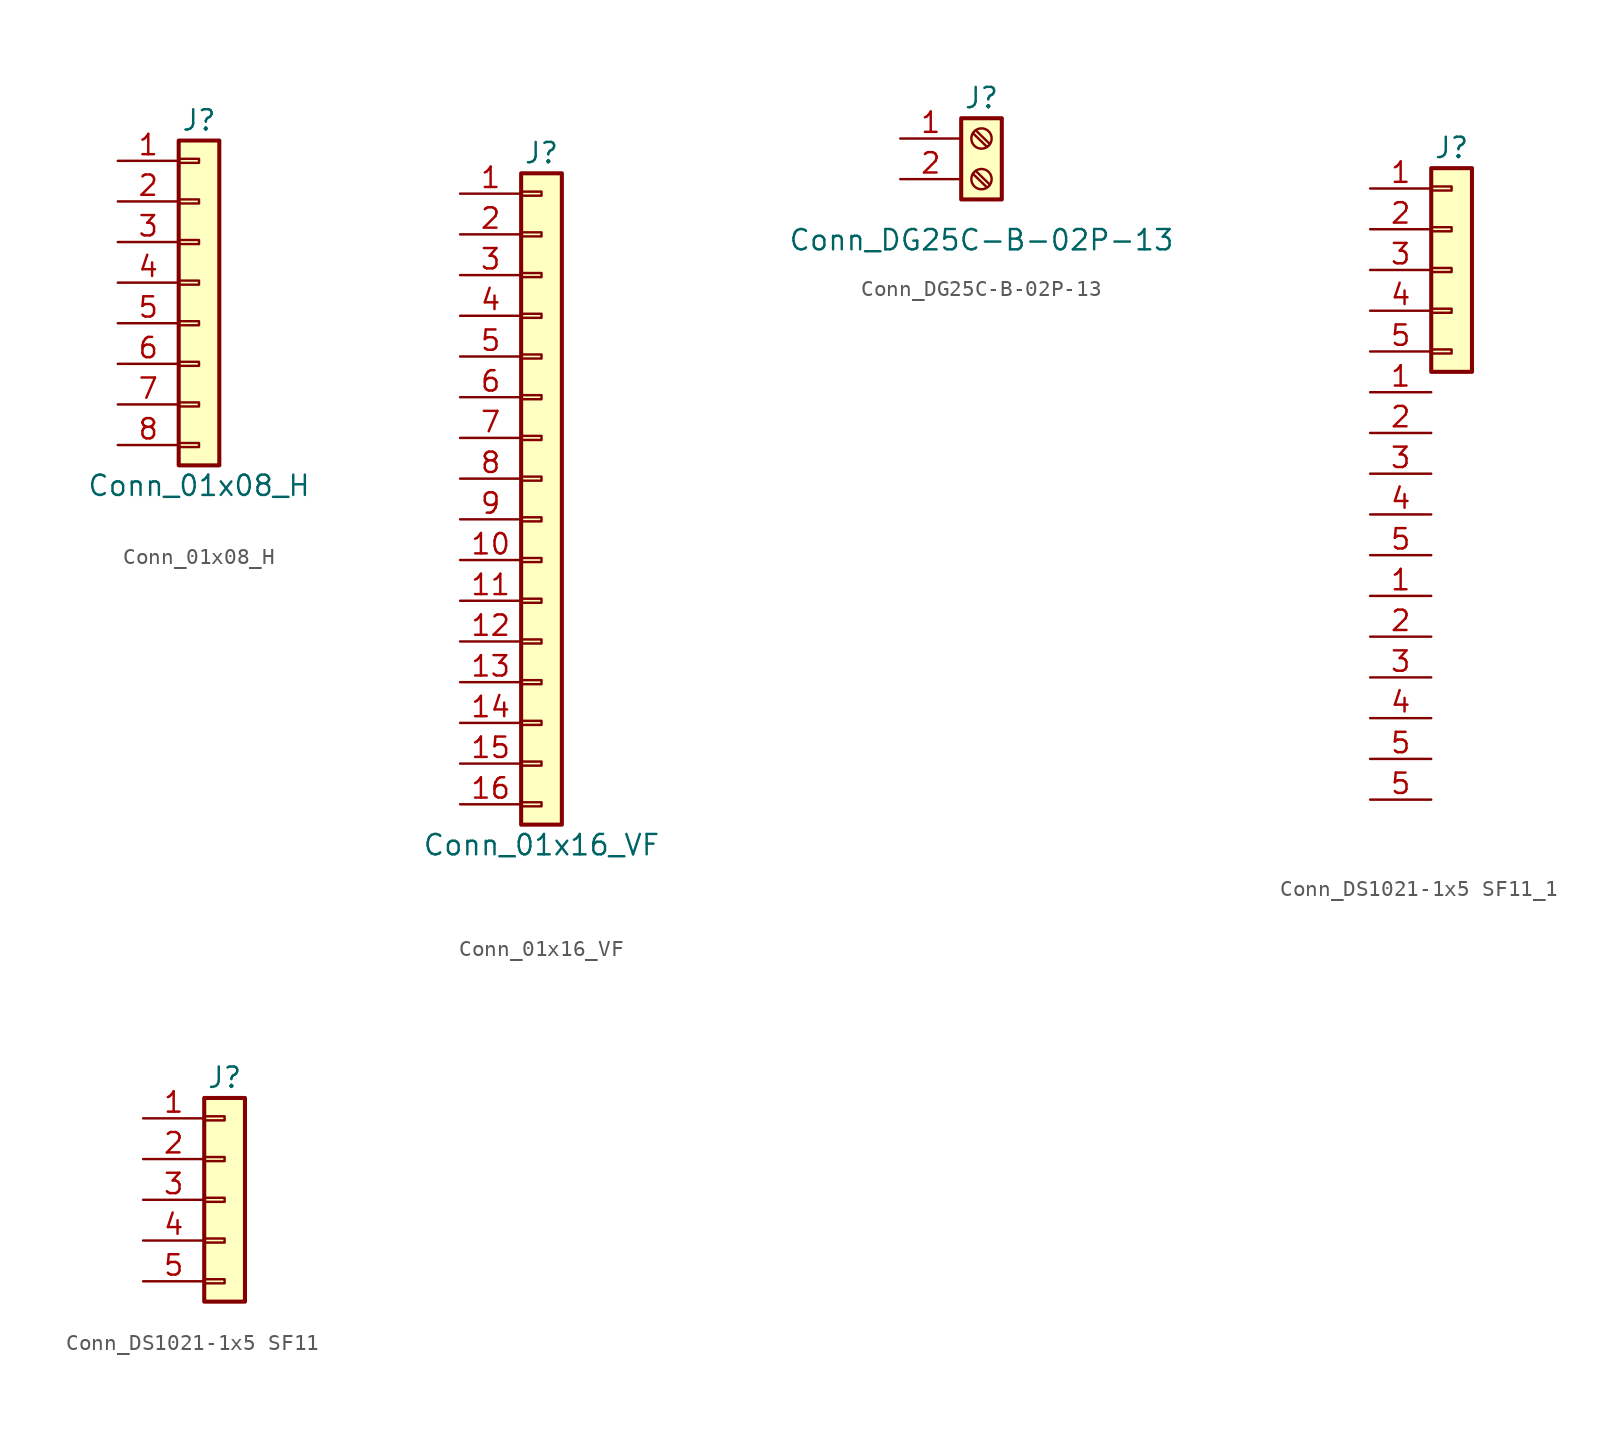
<source format=kicad_sym>
(kicad_symbol_lib
  (version 20211014)
  (generator kicad_symbol_editor)
  (symbol "Conn_01x08_H"
    (pin_names
      (offset 1.016) hide)
    (property "Reference" "J"
      (at 0 10.16 0)
      (effects (font (size 1.27 1.27))))
    (property "Value" "Conn_01x08_H"
      (at 0 -12.7 0)
      (effects (font (size 1.27 1.27))))
    (symbol "Conn_01x08_H_1_1"
      (rectangle (start -1.27 -10.033) (end 0 -10.287) (stroke (width 0.152) (type default) (color 0 0 0 0)) (fill (type none)))
      (rectangle (start -1.27 -7.493) (end 0 -7.747) (stroke (width 0.152) (type default) (color 0 0 0 0)) (fill (type none)))
      (rectangle (start -1.27 -4.953) (end 0 -5.207) (stroke (width 0.152) (type default) (color 0 0 0 0)) (fill (type none)))
      (rectangle (start -1.27 -2.413) (end 0 -2.667) (stroke (width 0.152) (type default) (color 0 0 0 0)) (fill (type none)))
      (rectangle (start -1.27 0.127) (end 0 -0.127) (stroke (width 0.152) (type default) (color 0 0 0 0)) (fill (type none)))
      (rectangle (start -1.27 2.667) (end 0 2.413) (stroke (width 0.152) (type default) (color 0 0 0 0)) (fill (type none)))
      (rectangle (start -1.27 5.207) (end 0 4.953) (stroke (width 0.152) (type default) (color 0 0 0 0)) (fill (type none)))
      (rectangle (start -1.27 7.747) (end 0 7.493) (stroke (width 0.152) (type default) (color 0 0 0 0)) (fill (type none)))
      (rectangle (start -1.27 8.89) (end 1.27 -11.43) (stroke (width 0.254) (type default) (color 0 0 0 0)) (fill (type background)))
      (pin passive line (at -5.08 7.62 0) (length 3.81) (name "Pin_1" (effects (font (size 1.27 1.27)))) (number "1" (effects (font (size 1.27 1.27)))))
      (pin passive line (at -5.08 5.08 0) (length 3.81) (name "Pin_2" (effects (font (size 1.27 1.27)))) (number "2" (effects (font (size 1.27 1.27)))))
      (pin passive line (at -5.08 2.54 0) (length 3.81) (name "Pin_3" (effects (font (size 1.27 1.27)))) (number "3" (effects (font (size 1.27 1.27)))))
      (pin passive line (at -5.08 0 0) (length 3.81) (name "Pin_4" (effects (font (size 1.27 1.27)))) (number "4" (effects (font (size 1.27 1.27)))))
      (pin passive line (at -5.08 -2.54 0) (length 3.81) (name "Pin_5" (effects (font (size 1.27 1.27)))) (number "5" (effects (font (size 1.27 1.27)))))
      (pin passive line (at -5.08 -5.08 0) (length 3.81) (name "Pin_6" (effects (font (size 1.27 1.27)))) (number "6" (effects (font (size 1.27 1.27)))))
      (pin passive line (at -5.08 -7.62 0) (length 3.81) (name "Pin_7" (effects (font (size 1.27 1.27)))) (number "7" (effects (font (size 1.27 1.27)))))
      (pin passive line (at -5.08 -10.16 0) (length 3.81) (name "Pin_8" (effects (font (size 1.27 1.27)))) (number "8" (effects (font (size 1.27 1.27)))))))
  (symbol "Conn_01x16_VF"
    (pin_names
      (offset 1.016) hide)
    (property "Reference" "J"
      (at 0 20.32 0)
      (effects (font (size 1.27 1.27))))
    (property "Value" "Conn_01x16_VF"
      (at 0 -22.86 0)
      (effects (font (size 1.27 1.27))))
    (symbol "Conn_01x16_VF_1_1"
      (rectangle (start -1.27 -20.193) (end 0 -20.447) (stroke (width 0.152) (type default) (color 0 0 0 0)) (fill (type none)))
      (rectangle (start -1.27 -17.653) (end 0 -17.907) (stroke (width 0.152) (type default) (color 0 0 0 0)) (fill (type none)))
      (rectangle (start -1.27 -15.113) (end 0 -15.367) (stroke (width 0.152) (type default) (color 0 0 0 0)) (fill (type none)))
      (rectangle (start -1.27 -12.573) (end 0 -12.827) (stroke (width 0.152) (type default) (color 0 0 0 0)) (fill (type none)))
      (rectangle (start -1.27 -10.033) (end 0 -10.287) (stroke (width 0.152) (type default) (color 0 0 0 0)) (fill (type none)))
      (rectangle (start -1.27 -7.493) (end 0 -7.747) (stroke (width 0.152) (type default) (color 0 0 0 0)) (fill (type none)))
      (rectangle (start -1.27 -4.953) (end 0 -5.207) (stroke (width 0.152) (type default) (color 0 0 0 0)) (fill (type none)))
      (rectangle (start -1.27 -2.413) (end 0 -2.667) (stroke (width 0.152) (type default) (color 0 0 0 0)) (fill (type none)))
      (rectangle (start -1.27 0.127) (end 0 -0.127) (stroke (width 0.152) (type default) (color 0 0 0 0)) (fill (type none)))
      (rectangle (start -1.27 2.667) (end 0 2.413) (stroke (width 0.152) (type default) (color 0 0 0 0)) (fill (type none)))
      (rectangle (start -1.27 5.207) (end 0 4.953) (stroke (width 0.152) (type default) (color 0 0 0 0)) (fill (type none)))
      (rectangle (start -1.27 7.747) (end 0 7.493) (stroke (width 0.152) (type default) (color 0 0 0 0)) (fill (type none)))
      (rectangle (start -1.27 10.287) (end 0 10.033) (stroke (width 0.152) (type default) (color 0 0 0 0)) (fill (type none)))
      (rectangle (start -1.27 12.827) (end 0 12.573) (stroke (width 0.152) (type default) (color 0 0 0 0)) (fill (type none)))
      (rectangle (start -1.27 15.367) (end 0 15.113) (stroke (width 0.152) (type default) (color 0 0 0 0)) (fill (type none)))
      (rectangle (start -1.27 17.907) (end 0 17.653) (stroke (width 0.152) (type default) (color 0 0 0 0)) (fill (type none)))
      (rectangle (start -1.27 19.05) (end 1.27 -21.59) (stroke (width 0.254) (type default) (color 0 0 0 0)) (fill (type background)))
      (pin passive line (at -5.08 17.78 0) (length 3.81) (name "Pin_1" (effects (font (size 1.27 1.27)))) (number "1" (effects (font (size 1.27 1.27)))))
      (pin passive line (at -5.08 -5.08 0) (length 3.81) (name "Pin_10" (effects (font (size 1.27 1.27)))) (number "10" (effects (font (size 1.27 1.27)))))
      (pin passive line (at -5.08 -7.62 0) (length 3.81) (name "Pin_11" (effects (font (size 1.27 1.27)))) (number "11" (effects (font (size 1.27 1.27)))))
      (pin passive line (at -5.08 -10.16 0) (length 3.81) (name "Pin_12" (effects (font (size 1.27 1.27)))) (number "12" (effects (font (size 1.27 1.27)))))
      (pin passive line (at -5.08 -12.7 0) (length 3.81) (name "Pin_13" (effects (font (size 1.27 1.27)))) (number "13" (effects (font (size 1.27 1.27)))))
      (pin passive line (at -5.08 -15.24 0) (length 3.81) (name "Pin_14" (effects (font (size 1.27 1.27)))) (number "14" (effects (font (size 1.27 1.27)))))
      (pin passive line (at -5.08 -17.78 0) (length 3.81) (name "Pin_15" (effects (font (size 1.27 1.27)))) (number "15" (effects (font (size 1.27 1.27)))))
      (pin passive line (at -5.08 -20.32 0) (length 3.81) (name "Pin_16" (effects (font (size 1.27 1.27)))) (number "16" (effects (font (size 1.27 1.27)))))
      (pin passive line (at -5.08 15.24 0) (length 3.81) (name "Pin_2" (effects (font (size 1.27 1.27)))) (number "2" (effects (font (size 1.27 1.27)))))
      (pin passive line (at -5.08 12.7 0) (length 3.81) (name "Pin_3" (effects (font (size 1.27 1.27)))) (number "3" (effects (font (size 1.27 1.27)))))
      (pin passive line (at -5.08 10.16 0) (length 3.81) (name "Pin_4" (effects (font (size 1.27 1.27)))) (number "4" (effects (font (size 1.27 1.27)))))
      (pin passive line (at -5.08 7.62 0) (length 3.81) (name "Pin_5" (effects (font (size 1.27 1.27)))) (number "5" (effects (font (size 1.27 1.27)))))
      (pin passive line (at -5.08 5.08 0) (length 3.81) (name "Pin_6" (effects (font (size 1.27 1.27)))) (number "6" (effects (font (size 1.27 1.27)))))
      (pin passive line (at -5.08 2.54 0) (length 3.81) (name "Pin_7" (effects (font (size 1.27 1.27)))) (number "7" (effects (font (size 1.27 1.27)))))
      (pin passive line (at -5.08 0 0) (length 3.81) (name "Pin_8" (effects (font (size 1.27 1.27)))) (number "8" (effects (font (size 1.27 1.27)))))
      (pin passive line (at -5.08 -2.54 0) (length 3.81) (name "Pin_9" (effects (font (size 1.27 1.27)))) (number "9" (effects (font (size 1.27 1.27)))))))
  (symbol "Conn_DG25C-B-02P-13"
    (pin_names
      (offset 1.016) hide)
    (property "Reference" "J"
      (at 0 5.08 0)
      (effects (font (size 1.27 1.27))))
    (property "Value" "Conn_DG25C-B-02P-13"
      (at 0 -3.81 0)
      (effects (font (size 1.27 1.27))))
    (symbol "Conn_DG25C-B-02P-13_1_1"
      (rectangle (start -1.27 3.81) (end 1.27 -1.27) (stroke (width 0.254) (type default) (color 0 0 0 0)) (fill (type background)))
      (polyline (pts (xy -0.533 0.33) (xy 0.33 -0.508)) (stroke (width 0.152) (type default) (color 0 0 0 0)) (fill (type none)))
      (polyline (pts (xy -0.533 2.87) (xy 0.33 2.032)) (stroke (width 0.152) (type default) (color 0 0 0 0)) (fill (type none)))
      (polyline (pts (xy -0.356 0.508) (xy 0.508 -0.33)) (stroke (width 0.152) (type default) (color 0 0 0 0)) (fill (type none)))
      (polyline (pts (xy -0.356 3.048) (xy 0.508 2.21)) (stroke (width 0.152) (type default) (color 0 0 0 0)) (fill (type none)))
      (circle (center 0 0) (radius 0.635) (stroke (width 0.152) (type default) (color 0 0 0 0)) (fill (type none)))
      (circle (center 0 2.54) (radius 0.635) (stroke (width 0.152) (type default) (color 0 0 0 0)) (fill (type none)))
      (pin passive line (at -5.08 2.54 0) (length 3.81) (name "Pin_1" (effects (font (size 1.27 1.27)))) (number "1" (effects (font (size 1.27 1.27)))))
      (pin passive line (at -5.08 0 0) (length 3.81) (name "Pin_2" (effects (font (size 1.27 1.27)))) (number "2" (effects (font (size 1.27 1.27)))))))
  (symbol "Conn_DS1021-1x5 SF11_1"
    (pin_names
      (offset 1.016) hide)
    (property "Reference" "J"
      (at 0 7.62 0)
      (effects (font (size 1.27 1.27))))
    (symbol "Conn_DS1021-1x5 SF11_1_1_1"
      (rectangle (start -1.27 -4.953) (end 0 -5.207) (stroke (width 0.152) (type default) (color 0 0 0 0)) (fill (type none)))
      (rectangle (start -1.27 -2.413) (end 0 -2.667) (stroke (width 0.152) (type default) (color 0 0 0 0)) (fill (type none)))
      (rectangle (start -1.27 0.127) (end 0 -0.127) (stroke (width 0.152) (type default) (color 0 0 0 0)) (fill (type none)))
      (rectangle (start -1.27 2.667) (end 0 2.413) (stroke (width 0.152) (type default) (color 0 0 0 0)) (fill (type none)))
      (rectangle (start -1.27 5.207) (end 0 4.953) (stroke (width 0.152) (type default) (color 0 0 0 0)) (fill (type none)))
      (rectangle (start -1.27 6.35) (end 1.27 -6.35) (stroke (width 0.254) (type default) (color 0 0 0 0)) (fill (type background)))
      (pin passive line (at -5.08 -20.32 0) (length 3.81) (name "Pin_1" (effects (font (size 1.27 1.27)))) (number "1" (effects (font (size 1.27 1.27)))))
      (pin passive line (at -5.08 -7.62 0) (length 3.81) (name "Pin_1" (effects (font (size 1.27 1.27)))) (number "1" (effects (font (size 1.27 1.27)))))
      (pin passive line (at -5.08 5.08 0) (length 3.81) (name "Pin_1" (effects (font (size 1.27 1.27)))) (number "1" (effects (font (size 1.27 1.27)))))
      (pin passive line (at -5.08 -22.86 0) (length 3.81) (name "Pin_2" (effects (font (size 1.27 1.27)))) (number "2" (effects (font (size 1.27 1.27)))))
      (pin passive line (at -5.08 -10.16 0) (length 3.81) (name "Pin_2" (effects (font (size 1.27 1.27)))) (number "2" (effects (font (size 1.27 1.27)))))
      (pin passive line (at -5.08 2.54 0) (length 3.81) (name "Pin_2" (effects (font (size 1.27 1.27)))) (number "2" (effects (font (size 1.27 1.27)))))
      (pin passive line (at -5.08 -25.4 0) (length 3.81) (name "Pin_3" (effects (font (size 1.27 1.27)))) (number "3" (effects (font (size 1.27 1.27)))))
      (pin passive line (at -5.08 -12.7 0) (length 3.81) (name "Pin_3" (effects (font (size 1.27 1.27)))) (number "3" (effects (font (size 1.27 1.27)))))
      (pin passive line (at -5.08 0 0) (length 3.81) (name "Pin_3" (effects (font (size 1.27 1.27)))) (number "3" (effects (font (size 1.27 1.27)))))
      (pin passive line (at -5.08 -27.94 0) (length 3.81) (name "Pin_4" (effects (font (size 1.27 1.27)))) (number "4" (effects (font (size 1.27 1.27)))))
      (pin passive line (at -5.08 -15.24 0) (length 3.81) (name "Pin_4" (effects (font (size 1.27 1.27)))) (number "4" (effects (font (size 1.27 1.27)))))
      (pin passive line (at -5.08 -2.54 0) (length 3.81) (name "Pin_4" (effects (font (size 1.27 1.27)))) (number "4" (effects (font (size 1.27 1.27)))))
      (pin passive line (at -5.08 -33.02 0) (length 3.81) (name "Pin_5" (effects (font (size 1.27 1.27)))) (number "5" (effects (font (size 1.27 1.27)))))
      (pin passive line (at -5.08 -30.48 0) (length 3.81) (name "Pin_5" (effects (font (size 1.27 1.27)))) (number "5" (effects (font (size 1.27 1.27)))))
      (pin passive line (at -5.08 -17.78 0) (length 3.81) (name "Pin_5" (effects (font (size 1.27 1.27)))) (number "5" (effects (font (size 1.27 1.27)))))
      (pin passive line (at -5.08 -5.08 0) (length 3.81) (name "Pin_5" (effects (font (size 1.27 1.27)))) (number "5" (effects (font (size 1.27 1.27)))))))
  (symbol "Conn_DS1021-1x5 SF11"
    (pin_names
      (offset 1.016) hide)
    (property "Reference" "J"
      (at 0 7.62 0)
      (effects (font (size 1.27 1.27))))
    (symbol "Conn_DS1021-1x5 SF11_1_1"
      (rectangle (start -1.27 -4.953) (end 0 -5.207) (stroke (width 0.152) (type default) (color 0 0 0 0)) (fill (type none)))
      (rectangle (start -1.27 -2.413) (end 0 -2.667) (stroke (width 0.152) (type default) (color 0 0 0 0)) (fill (type none)))
      (rectangle (start -1.27 0.127) (end 0 -0.127) (stroke (width 0.152) (type default) (color 0 0 0 0)) (fill (type none)))
      (rectangle (start -1.27 2.667) (end 0 2.413) (stroke (width 0.152) (type default) (color 0 0 0 0)) (fill (type none)))
      (rectangle (start -1.27 5.207) (end 0 4.953) (stroke (width 0.152) (type default) (color 0 0 0 0)) (fill (type none)))
      (rectangle (start -1.27 6.35) (end 1.27 -6.35) (stroke (width 0.254) (type default) (color 0 0 0 0)) (fill (type background)))
      (pin passive line (at -5.08 5.08 0) (length 3.81) (name "Pin_1" (effects (font (size 1.27 1.27)))) (number "1" (effects (font (size 1.27 1.27)))))
      (pin passive line (at -5.08 2.54 0) (length 3.81) (name "Pin_2" (effects (font (size 1.27 1.27)))) (number "2" (effects (font (size 1.27 1.27)))))
      (pin passive line (at -5.08 0 0) (length 3.81) (name "Pin_3" (effects (font (size 1.27 1.27)))) (number "3" (effects (font (size 1.27 1.27)))))
      (pin passive line (at -5.08 -2.54 0) (length 3.81) (name "Pin_4" (effects (font (size 1.27 1.27)))) (number "4" (effects (font (size 1.27 1.27)))))
      (pin passive line (at -5.08 -5.08 0) (length 3.81) (name "Pin_5" (effects (font (size 1.27 1.27)))) (number "5" (effects (font (size 1.27 1.27))))))))
</source>
